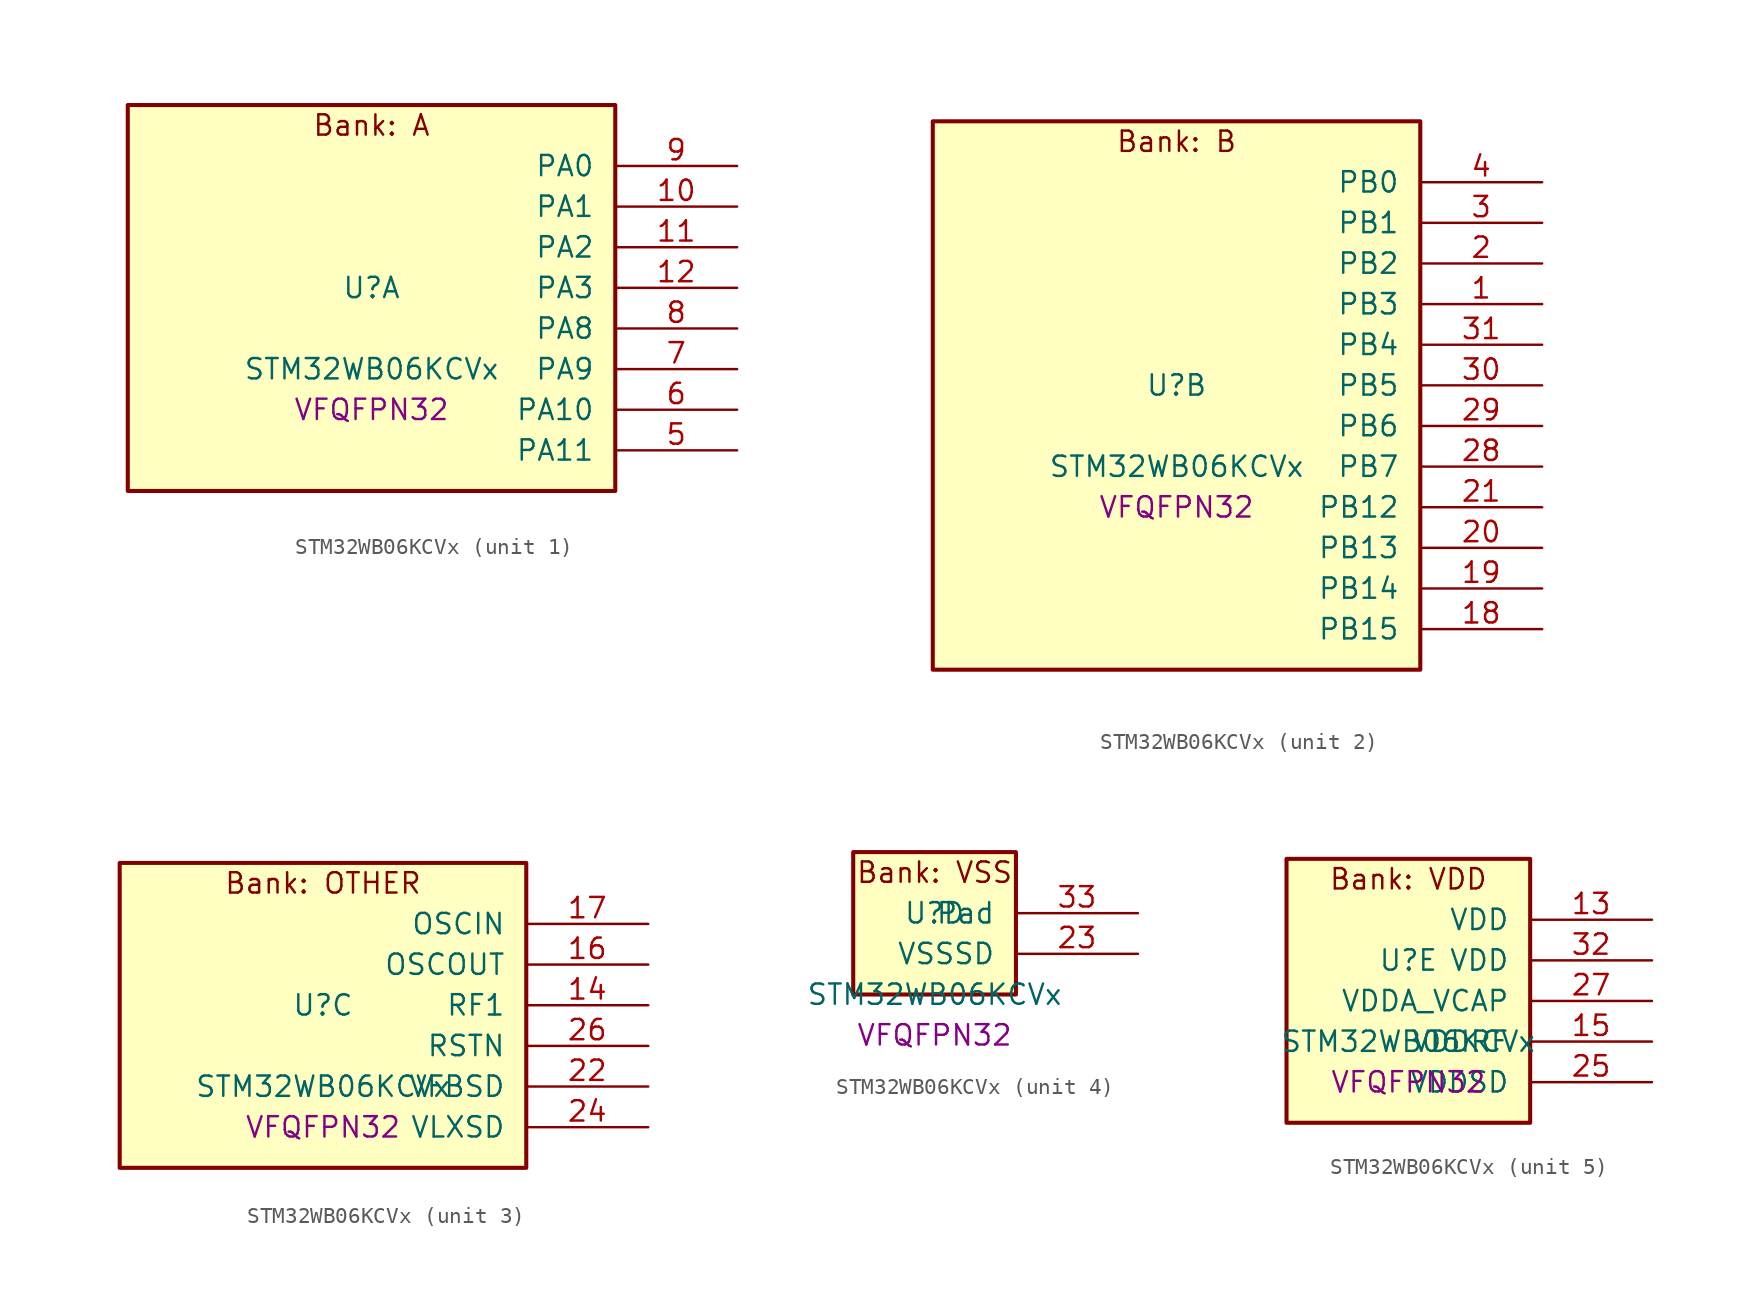
<source format=kicad_sym>
(kicad_symbol_lib
  (version 20241209)
  (generator "stm32_pkl_generator")
  (generator_version "1.0")
  (symbol "STM32WB06KCVx"
    (pin_names
      (offset 1.27))
    (property "Reference" "U"
      (at 0 2.54 0))
    (property "Value" "STM32WB06KCVx"
      (at 0 -2.54 0))
    (property "Footprint" "VFQFPN32"
      (at 0 -5.08 0))
    (symbol "STM32WB06KCVx_1_1"
      (rectangle (start -15.24 13.97) (end 15.24 -10.16) (stroke (width 0.254) (type solid)) (fill (type background)))
      (text "Bank: A" (at 0 12.7 0))
      (pin bidirectional line (at 22.86 10.16 180) (length 7.62) (name "PA0") (number "9") (alternate "PA0/I2C1_SCL" bidirectional line) (alternate "PA0/I2S2_MCK" bidirectional line) (alternate "PA0/PWR_WKUP12" bidirectional line) (alternate "PA0/TIM1_CH3" bidirectional line) (alternate "PA0/USART1_CTS" bidirectional line))
      (pin bidirectional line (at 22.86 7.62 180) (length 7.62) (name "PA1") (number "10") (alternate "PA1/I2C1_SDA" bidirectional line) (alternate "PA1/PWR_WKUP13" bidirectional line) (alternate "PA1/SPI2_MISO" bidirectional line) (alternate "PA1/TIM1_CH4" bidirectional line) (alternate "PA1/USART1_TX" bidirectional line))
      (pin bidirectional line (at 22.86 5.08 180) (length 7.62) (name "PA2") (number "11") (alternate "PA2/DEBUG_SWDIO" bidirectional line) (alternate "PA2/I2S3_MCK" bidirectional line) (alternate "PA2/PWR_WKUP14" bidirectional line) (alternate "PA2/USART1_CK" bidirectional line))
      (pin bidirectional line (at 22.86 2.54 180) (length 7.62) (name "PA3") (number "12") (alternate "PA3/DEBUG_SWCLK" bidirectional line) (alternate "PA3/I2S3_SCK" bidirectional line) (alternate "PA3/PWR_WKUP15" bidirectional line) (alternate "PA3/SPI3_SCK" bidirectional line) (alternate "PA3/TIM1_BKIN2" bidirectional line) (alternate "PA3/USART1_DE" bidirectional line) (alternate "PA3/USART1_RTS" bidirectional line))
      (pin bidirectional line (at 22.86 0 180) (length 7.62) (name "PA8") (number "8") (alternate "PA8/PWR_WKUP8" bidirectional line) (alternate "PA8/PWR_WKUP20" bidirectional line) (alternate "PA8/RADIO_RX_SEQUENCE" bidirectional line) (alternate "PA8/RTC_OUT" bidirectional line) (alternate "PA8/SPI1_MOSI" bidirectional line) (alternate "PA8/SPI3_MISO" bidirectional line) (alternate "PA8/TIM1_CH3" bidirectional line) (alternate "PA8/USART1_RX" bidirectional line))
      (pin bidirectional line (at 22.86 -2.54 180) (length 7.62) (name "PA9") (number "7") (alternate "PA9/I2S3_WS" bidirectional line) (alternate "PA9/PWR_WKUP9" bidirectional line) (alternate "PA9/PWR_WKUP21" bidirectional line) (alternate "PA9/RTC_OUT" bidirectional line) (alternate "PA9/SPI1_SCK" bidirectional line) (alternate "PA9/SPI3_NSS" bidirectional line) (alternate "PA9/TIM1_CH4" bidirectional line) (alternate "PA9/USART1_TX" bidirectional line))
      (pin bidirectional line (at 22.86 -5.08 180) (length 7.62) (name "PA10") (number "6") (alternate "PA10/I2S3_MCK" bidirectional line) (alternate "PA10/PWR_WKUP10" bidirectional line) (alternate "PA10/PWR_WKUP22" bidirectional line) (alternate "PA10/RADIO_TX_SEQUENCE" bidirectional line) (alternate "PA10/RCC_LCO" bidirectional line) (alternate "PA10/SPI1_MISO" bidirectional line))
      (pin bidirectional line (at 22.86 -7.62 180) (length 7.62) (name "PA11") (number "5") (alternate "PA11/I2S3_SD" bidirectional line) (alternate "PA11/PWR_WKUP11" bidirectional line) (alternate "PA11/PWR_WKUP23" bidirectional line) (alternate "PA11/RADIO_RX_SEQUENCE" bidirectional line) (alternate "PA11/RCC_MCO" bidirectional line) (alternate "PA11/RTC_OUT" bidirectional line) (alternate "PA11/SPI1_NSS" bidirectional line) (alternate "PA11/SPI3_MOSI" bidirectional line)))
    (symbol "STM32WB06KCVx_2_1"
      (rectangle (start -15.24 19.05) (end 15.24 -15.24) (stroke (width 0.254) (type solid)) (fill (type background)))
      (text "Bank: B" (at 0 17.78 0))
      (pin bidirectional line (at 22.86 15.24 180) (length 7.62) (name "PB0") (number "4") (alternate "PB0/ADC1_VINM1" bidirectional line) (alternate "PB0/LPUART1_DE" bidirectional line) (alternate "PB0/LPUART1_RTS" bidirectional line) (alternate "PB0/PWR_WKUP0" bidirectional line) (alternate "PB0/TIM1_CH2N" bidirectional line) (alternate "PB0/USART1_RX" bidirectional line))
      (pin bidirectional line (at 22.86 12.7 180) (length 7.62) (name "PB1") (number "3") (alternate "PB1/ADC1_PDM_CLK" bidirectional line) (alternate "PB1/ADC1_VINP1" bidirectional line) (alternate "PB1/PWR_WKUP1" bidirectional line) (alternate "PB1/SPI1_NSS" bidirectional line) (alternate "PB1/TIM1_ETR" bidirectional line))
      (pin bidirectional line (at 22.86 10.16 180) (length 7.62) (name "PB2") (number "2") (alternate "PB2/ADC1_PDM_DATA" bidirectional line) (alternate "PB2/ADC1_PGA_CAP0" bidirectional line) (alternate "PB2/ADC1_VINM0" bidirectional line) (alternate "PB2/PWR_WKUP2" bidirectional line) (alternate "PB2/TIM1_CH3" bidirectional line) (alternate "PB2/USART1_DE" bidirectional line) (alternate "PB2/USART1_RTS" bidirectional line))
      (pin bidirectional line (at 22.86 7.62 180) (length 7.62) (name "PB3") (number "1") (alternate "PB3/ADC1_PGA_CAP1" bidirectional line) (alternate "PB3/ADC1_VINP0" bidirectional line) (alternate "PB3/LPUART1_TX" bidirectional line) (alternate "PB3/PWR_WKUP3" bidirectional line) (alternate "PB3/TIM1_CH4" bidirectional line) (alternate "PB3/USART1_CTS" bidirectional line))
      (pin bidirectional line (at 22.86 5.08 180) (length 7.62) (name "PB4") (number "31") (alternate "PB4/ADC1_PDM_DATA" bidirectional line) (alternate "PB4/ADC1_PGA_VIN" bidirectional line) (alternate "PB4/LPUART1_TX" bidirectional line) (alternate "PB4/PWR_WKUP4" bidirectional line) (alternate "PB4/SPI2_MISO" bidirectional line))
      (pin bidirectional line (at 22.86 2.54 180) (length 7.62) (name "PB5") (number "30") (alternate "PB5/ADC1_PDM_CLK" bidirectional line) (alternate "PB5/ADC1_PGA_VBIAS_MIC" bidirectional line) (alternate "PB5/I2S2_SD" bidirectional line) (alternate "PB5/LPUART1_RX" bidirectional line) (alternate "PB5/PWR_WKUP5" bidirectional line) (alternate "PB5/SPI2_MOSI" bidirectional line))
      (pin bidirectional line (at 22.86 0 180) (length 7.62) (name "PB6") (number "29") (alternate "PB6/I2C2_SCL" bidirectional line) (alternate "PB6/I2S2_WS" bidirectional line) (alternate "PB6/LPUART1_TX" bidirectional line) (alternate "PB6/PWR_WKUP6" bidirectional line) (alternate "PB6/SPI2_NSS" bidirectional line) (alternate "PB6/TIM1_CH1" bidirectional line))
      (pin bidirectional line (at 22.86 -2.54 180) (length 7.62) (name "PB7") (number "28") (alternate "PB7/I2C2_SDA" bidirectional line) (alternate "PB7/I2S2_SCK" bidirectional line) (alternate "PB7/LPUART1_RX" bidirectional line) (alternate "PB7/PWR_WKUP7" bidirectional line) (alternate "PB7/SPI2_SCK" bidirectional line) (alternate "PB7/TIM1_CH2" bidirectional line))
      (pin bidirectional line (at 22.86 -5.08 180) (length 7.62) (name "PB12") (number "21") (alternate "PB12/ADC1_PDM_DATA" bidirectional line) (alternate "PB12/RCC_LCO" bidirectional line) (alternate "PB12/RCC_OSC32_OUT" bidirectional line) (alternate "PB12/SPI1_SCK" bidirectional line) (alternate "PB12/TIM1_CH3" bidirectional line))
      (pin bidirectional line (at 22.86 -7.62 180) (length 7.62) (name "PB13") (number "20") (alternate "PB13/ADC1_PDM_CLK" bidirectional line) (alternate "PB13/I2C2_SCL" bidirectional line) (alternate "PB13/RCC_OSC32_IN" bidirectional line) (alternate "PB13/SPI1_MISO" bidirectional line) (alternate "PB13/TIM1_BKIN2" bidirectional line) (alternate "PB13/TIM1_CH4" bidirectional line))
      (pin bidirectional line (at 22.86 -10.16 180) (length 7.62) (name "PB14") (number "19") (alternate "PB14/I2C2_SDA" bidirectional line) (alternate "PB14/PWR_PVD_IN" bidirectional line) (alternate "PB14/SPI1_MOSI" bidirectional line) (alternate "PB14/TIM1_CH3N" bidirectional line) (alternate "PB14/TIM1_ETR" bidirectional line) (alternate "PB14/USART1_RX" bidirectional line))
      (pin bidirectional line (at 22.86 -12.7 180) (length 7.62) (name "PB15") (number "18") (alternate "PB15/I2C1_SMBA" bidirectional line) (alternate "PB15/RADIO_TX_SEQUENCE" bidirectional line) (alternate "PB15/RCC_MCO" bidirectional line) (alternate "PB15/USART1_TX" bidirectional line)))
    (symbol "STM32WB06KCVx_3_1"
      (rectangle (start -12.7 11.43) (end 12.7 -7.62) (stroke (width 0.254) (type solid)) (fill (type background)))
      (text "Bank: OTHER" (at 0 10.16 0))
      (pin bidirectional line (at 20.32 7.62 180) (length 7.62) (name "OSCIN") (number "17") (alternate "OSCIN/RCC_OSC_IN" bidirectional line))
      (pin bidirectional line (at 20.32 5.08 180) (length 7.62) (name "OSCOUT") (number "16") (alternate "OSCOUT/RCC_OSC_OUT" bidirectional line))
      (pin bidirectional line (at 20.32 2.54 180) (length 7.62) (name "RF1") (number "14") (alternate "RF1/RADIO_RF1" bidirectional line))
      (pin power_in line (at 20.32 0 180) (length 7.62) (name "RSTN") (number "26"))
      (pin power_in line (at 20.32 -2.54 180) (length 7.62) (name "VFBSD") (number "22"))
      (pin power_in line (at 20.32 -5.08 180) (length 7.62) (name "VLXSD") (number "24")))
    (symbol "STM32WB06KCVx_4_1"
      (rectangle (start -5.08 6.35) (end 5.08 -2.54) (stroke (width 0.254) (type solid)) (fill (type background)))
      (text "Bank: VSS" (at 0 5.08 0))
      (pin passive line (at 12.7 2.54 180) (length 7.62) (name "Pad") (number "33"))
      (pin power_in line (at 12.7 0 180) (length 7.62) (name "VSSSD") (number "23")))
    (symbol "STM32WB06KCVx_5_1"
      (rectangle (start -7.62 8.89) (end 7.62 -7.62) (stroke (width 0.254) (type solid)) (fill (type background)))
      (text "Bank: VDD" (at 0 7.62 0))
      (pin power_in line (at 15.24 5.08 180) (length 7.62) (name "VDD") (number "13"))
      (pin power_in line (at 15.24 2.54 180) (length 7.62) (name "VDD") (number "32"))
      (pin power_in line (at 15.24 0 180) (length 7.62) (name "VDDA_VCAP") (number "27"))
      (pin power_in line (at 15.24 -2.54 180) (length 7.62) (name "VDDRF") (number "15"))
      (pin power_in line (at 15.24 -5.08 180) (length 7.62) (name "VDDSD") (number "25")))))
</source>
